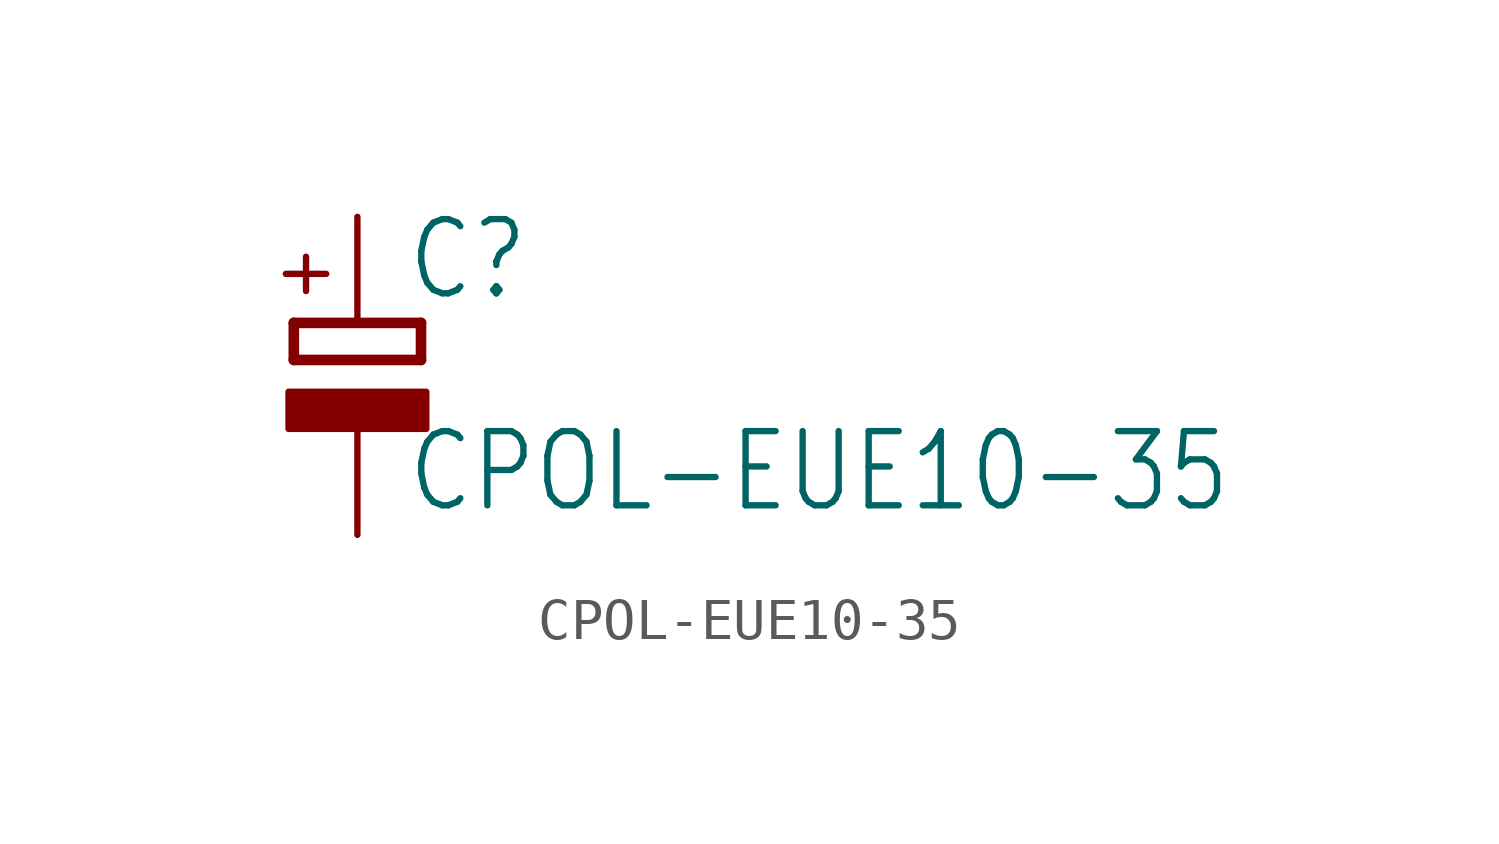
<source format=kicad_sym>
(kicad_symbol_lib
  (version 20220914)
  (generator kicad_symbol_editor)
  (symbol "CPOL-EUE10-35"
    (property "Reference" "C"
      (at 1.143 0.483 0)
      (effects (font (size 1.778 1.511)) (justify left bottom)))
    (property "Value" "CPOL-EUE10-35"
      (at 1.143 -4.597 0)
      (effects (font (size 1.778 1.511)) (justify left bottom)))
    (property "ki_locked" ""
      (at 0 0 0)
      (effects (font (size 1.27 1.27))))
    (symbol "CPOL-EUE10-35_1_0"
      (rectangle (start -1.651 -2.54) (end 1.651 -1.651) (stroke (width 0) (type default)) (fill (type outline)))
      (polyline (pts (xy -1.524 -0.889) (xy 1.524 -0.889)) (stroke (width 0.254) (type default)) (fill (type none)))
      (polyline (pts (xy -1.524 0) (xy -1.524 -0.889)) (stroke (width 0.254) (type default)) (fill (type none)))
      (polyline (pts (xy -1.524 0) (xy 1.524 0)) (stroke (width 0.254) (type default)) (fill (type none)))
      (polyline (pts (xy 1.524 -0.889) (xy 1.524 0)) (stroke (width 0.254) (type default)) (fill (type none)))
      (text "+" (at -0.584 0.406 900) (effects (font (size 1.27 1.079)) (justify left bottom)))
      (pin passive line (at 0 2.54 270) (length 2.54) (name "+" (effects (font (size 0 0)))) (number "+" (effects (font (size 0 0)))))
      (pin passive line (at 0 -5.08 90) (length 2.54) (name "-" (effects (font (size 0 0)))) (number "-" (effects (font (size 0 0))))))))
</source>
